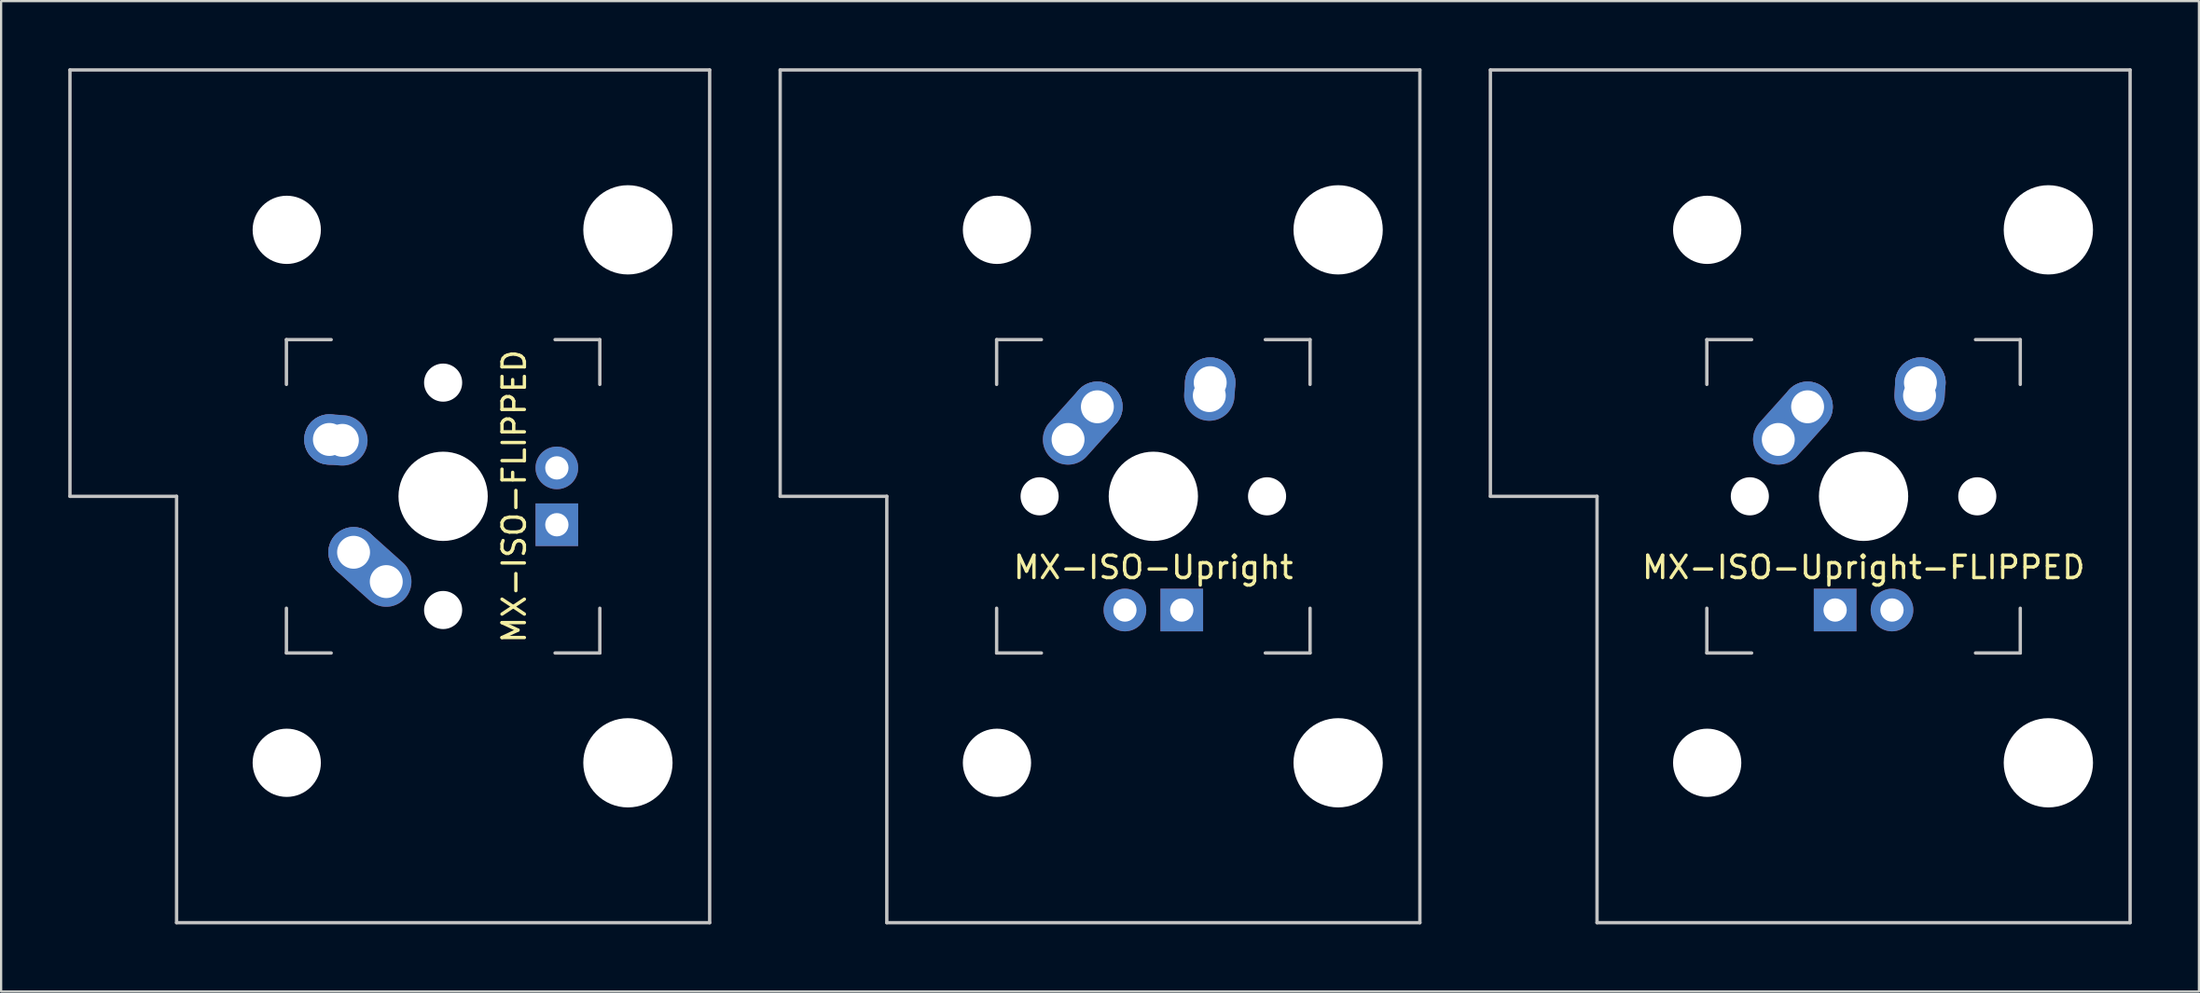
<source format=kicad_pcb>
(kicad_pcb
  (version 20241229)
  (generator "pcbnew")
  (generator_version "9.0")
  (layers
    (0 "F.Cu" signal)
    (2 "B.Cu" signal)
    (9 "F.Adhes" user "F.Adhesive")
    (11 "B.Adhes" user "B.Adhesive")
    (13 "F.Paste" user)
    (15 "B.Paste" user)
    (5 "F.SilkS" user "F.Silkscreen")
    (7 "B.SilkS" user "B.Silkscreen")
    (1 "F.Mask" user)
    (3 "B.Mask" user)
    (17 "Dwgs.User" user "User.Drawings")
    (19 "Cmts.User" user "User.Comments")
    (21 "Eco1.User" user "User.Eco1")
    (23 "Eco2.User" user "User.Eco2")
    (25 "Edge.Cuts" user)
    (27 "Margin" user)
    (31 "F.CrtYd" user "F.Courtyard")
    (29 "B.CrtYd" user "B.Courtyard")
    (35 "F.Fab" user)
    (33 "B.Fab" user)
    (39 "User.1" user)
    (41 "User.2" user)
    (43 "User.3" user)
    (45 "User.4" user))
  (footprint "MX-ISO-Upright"
    (layer "F.Cu")
    (at 48.469 19.125)
    (property "Reference" "MX-ISO-Upright" (at 0 3.175 0) (layer "F.SilkS") (effects (font (size 1 1) (thickness 0.15))))
    (attr through_hole)
    (fp_line (start -16.669 -19.05) (end -16.669 0) (stroke (width 0.15) (type solid)) (layer "Dwgs.User"))
    (fp_line (start -16.669 -19.05) (end 11.906 -19.05) (stroke (width 0.15) (type solid)) (layer "Dwgs.User"))
    (fp_line (start -11.906 0) (end -16.669 0) (stroke (width 0.15) (type solid)) (layer "Dwgs.User"))
    (fp_line (start -11.906 19.05) (end -11.906 0) (stroke (width 0.15) (type solid)) (layer "Dwgs.User"))
    (fp_line (start -11.906 19.05) (end 11.906 19.05) (stroke (width 0.15) (type solid)) (layer "Dwgs.User"))
    (fp_line (start -7 -7) (end -7 -5) (stroke (width 0.15) (type solid)) (layer "Dwgs.User"))
    (fp_line (start -7 5) (end -7 7) (stroke (width 0.15) (type solid)) (layer "Dwgs.User"))
    (fp_line (start -7 7) (end -5 7) (stroke (width 0.15) (type solid)) (layer "Dwgs.User"))
    (fp_line (start -5 -7) (end -7 -7) (stroke (width 0.15) (type solid)) (layer "Dwgs.User"))
    (fp_line (start 5 -7) (end 7 -7) (stroke (width 0.15) (type solid)) (layer "Dwgs.User"))
    (fp_line (start 5 7) (end 7 7) (stroke (width 0.15) (type solid)) (layer "Dwgs.User"))
    (fp_line (start 7 -7) (end 7 -5) (stroke (width 0.15) (type solid)) (layer "Dwgs.User"))
    (fp_line (start 7 7) (end 7 5) (stroke (width 0.15) (type solid)) (layer "Dwgs.User"))
    (fp_line (start 11.906 -19.05) (end 11.906 19.05) (stroke (width 0.15) (type solid)) (layer "Dwgs.User"))
    (pad "" np_thru_hole circle (at -6.985 -11.906) (size 3.048 3.048) (drill 3.048) (layers "*.Cu" "*.Mask"))
    (pad "" np_thru_hole circle (at -6.985 11.906) (size 3.048 3.048) (drill 3.048) (layers "*.Cu" "*.Mask"))
    (pad "" np_thru_hole circle (at -5.08 0 48.1) (size 1.702 1.702) (drill 1.702) (layers "*.Cu" "*.Mask"))
    (pad "" np_thru_hole circle (at 0 0) (size 3.988 3.988) (drill 3.988) (layers "*.Cu" "*.Mask"))
    (pad "" np_thru_hole circle (at 5.08 0 48.1) (size 1.702 1.702) (drill 1.702) (layers "*.Cu" "*.Mask"))
    (pad "" np_thru_hole circle (at 8.255 -11.906) (size 3.988 3.988) (drill 3.988) (layers "*.Cu" "*.Mask"))
    (pad "" np_thru_hole circle (at 8.255 11.906) (size 3.988 3.988) (drill 3.988) (layers "*.Cu" "*.Mask"))
    (pad "1" thru_hole oval (at -3.81 -2.54 48.1) (size 4.212 2.25) (drill 1.47 (offset 0.981 0)) (layers "*.Cu" "*.Mask"))
    (pad "1" thru_hole circle (at -2.5 -4) (size 2.25 2.25) (drill 1.47) (layers "*.Cu" "*.Mask"))
    (pad "2" thru_hole oval (at 2.5 -4.5 86.055) (size 2.831 2.25) (drill 1.47 (offset 0.291 0)) (layers "*.Cu" "*.Mask"))
    (pad "2" thru_hole circle (at 2.54 -5.08) (size 2.25 2.25) (drill 1.47) (layers "*.Cu" "*.Mask"))
    (pad "3" thru_hole circle (at -1.27 5.08) (size 1.905 1.905) (drill 1.04) (layers "*.Cu" "*.Mask"))
    (pad "4" thru_hole rect (at 1.27 5.08) (size 1.905 1.905) (drill 1.04) (layers "*.Cu" "*.Mask")))
  (footprint "MX-ISO-FLIPPED"
    (layer "F.Cu")
    (at 16.744 19.125)
    (property "Reference" "MX-ISO-FLIPPED" (at 3.175 0 90) (layer "F.SilkS") (effects (font (size 1 1) (thickness 0.15))))
    (attr through_hole)
    (fp_line (start -16.669 -19.05) (end -16.669 0) (stroke (width 0.15) (type solid)) (layer "Dwgs.User"))
    (fp_line (start -16.669 -19.05) (end 11.906 -19.05) (stroke (width 0.15) (type solid)) (layer "Dwgs.User"))
    (fp_line (start -11.906 0) (end -16.669 0) (stroke (width 0.15) (type solid)) (layer "Dwgs.User"))
    (fp_line (start -11.906 19.05) (end -11.906 0) (stroke (width 0.15) (type solid)) (layer "Dwgs.User"))
    (fp_line (start -11.906 19.05) (end 11.906 19.05) (stroke (width 0.15) (type solid)) (layer "Dwgs.User"))
    (fp_line (start -7 -7) (end -7 -5) (stroke (width 0.15) (type solid)) (layer "Dwgs.User"))
    (fp_line (start -7 5) (end -7 7) (stroke (width 0.15) (type solid)) (layer "Dwgs.User"))
    (fp_line (start -7 7) (end -5 7) (stroke (width 0.15) (type solid)) (layer "Dwgs.User"))
    (fp_line (start -5 -7) (end -7 -7) (stroke (width 0.15) (type solid)) (layer "Dwgs.User"))
    (fp_line (start 5 -7) (end 7 -7) (stroke (width 0.15) (type solid)) (layer "Dwgs.User"))
    (fp_line (start 5 7) (end 7 7) (stroke (width 0.15) (type solid)) (layer "Dwgs.User"))
    (fp_line (start 7 -7) (end 7 -5) (stroke (width 0.15) (type solid)) (layer "Dwgs.User"))
    (fp_line (start 7 7) (end 7 5) (stroke (width 0.15) (type solid)) (layer "Dwgs.User"))
    (fp_line (start 11.906 -19.05) (end 11.906 19.05) (stroke (width 0.15) (type solid)) (layer "Dwgs.User"))
    (pad "" np_thru_hole circle (at -6.985 -11.906) (size 3.048 3.048) (drill 3.048) (layers "*.Cu" "*.Mask"))
    (pad "" np_thru_hole circle (at -6.985 11.906) (size 3.048 3.048) (drill 3.048) (layers "*.Cu" "*.Mask"))
    (pad "" np_thru_hole circle (at 0 -5.08 48.1) (size 1.702 1.702) (drill 1.702) (layers "*.Cu" "*.Mask"))
    (pad "" np_thru_hole circle (at 0 0) (size 3.988 3.988) (drill 3.988) (layers "*.Cu" "*.Mask"))
    (pad "" np_thru_hole circle (at 0 5.08 48.1) (size 1.702 1.702) (drill 1.702) (layers "*.Cu" "*.Mask"))
    (pad "" np_thru_hole circle (at 8.255 -11.906) (size 3.988 3.988) (drill 3.988) (layers "*.Cu" "*.Mask"))
    (pad "" np_thru_hole circle (at 8.255 11.906) (size 3.988 3.988) (drill 3.988) (layers "*.Cu" "*.Mask"))
    (pad "1" thru_hole circle (at -4 2.5) (size 2.25 2.25) (drill 1.47) (layers "*.Cu" "*.Mask"))
    (pad "1" thru_hole oval (at -2.54 3.81 138.1) (size 4.212 2.25) (drill 1.47 (offset 0.981 0)) (layers "*.Cu" "*.Mask"))
    (pad "2" thru_hole circle (at -5.08 -2.54) (size 2.25 2.25) (drill 1.47) (layers "*.Cu" "*.Mask"))
    (pad "2" thru_hole oval (at -4.5 -2.5 176.055) (size 2.831 2.25) (drill 1.47 (offset 0.291 0)) (layers "*.Cu" "*.Mask"))
    (pad "3" thru_hole circle (at 5.08 -1.27) (size 1.905 1.905) (drill 1.04) (layers "*.Cu" "*.Mask"))
    (pad "4" thru_hole rect (at 5.08 1.27) (size 1.905 1.905) (drill 1.04) (layers "*.Cu" "*.Mask")))
  (footprint "MX-ISO-Upright-FLIPPED"
    (layer "F.Cu")
    (at 80.194 19.125)
    (property "Reference" "MX-ISO-Upright-FLIPPED" (at 0 3.175 0) (layer "F.SilkS") (effects (font (size 1 1) (thickness 0.15))))
    (attr through_hole)
    (fp_line (start -16.669 -19.05) (end -16.669 0) (stroke (width 0.15) (type solid)) (layer "Dwgs.User"))
    (fp_line (start -16.669 -19.05) (end 11.906 -19.05) (stroke (width 0.15) (type solid)) (layer "Dwgs.User"))
    (fp_line (start -11.906 0) (end -16.669 0) (stroke (width 0.15) (type solid)) (layer "Dwgs.User"))
    (fp_line (start -11.906 19.05) (end -11.906 0) (stroke (width 0.15) (type solid)) (layer "Dwgs.User"))
    (fp_line (start -11.906 19.05) (end 11.906 19.05) (stroke (width 0.15) (type solid)) (layer "Dwgs.User"))
    (fp_line (start -7 -7) (end -7 -5) (stroke (width 0.15) (type solid)) (layer "Dwgs.User"))
    (fp_line (start -7 5) (end -7 7) (stroke (width 0.15) (type solid)) (layer "Dwgs.User"))
    (fp_line (start -7 7) (end -5 7) (stroke (width 0.15) (type solid)) (layer "Dwgs.User"))
    (fp_line (start -5 -7) (end -7 -7) (stroke (width 0.15) (type solid)) (layer "Dwgs.User"))
    (fp_line (start 5 -7) (end 7 -7) (stroke (width 0.15) (type solid)) (layer "Dwgs.User"))
    (fp_line (start 5 7) (end 7 7) (stroke (width 0.15) (type solid)) (layer "Dwgs.User"))
    (fp_line (start 7 -7) (end 7 -5) (stroke (width 0.15) (type solid)) (layer "Dwgs.User"))
    (fp_line (start 7 7) (end 7 5) (stroke (width 0.15) (type solid)) (layer "Dwgs.User"))
    (fp_line (start 11.906 -19.05) (end 11.906 19.05) (stroke (width 0.15) (type solid)) (layer "Dwgs.User"))
    (pad "" np_thru_hole circle (at -6.985 -11.906) (size 3.048 3.048) (drill 3.048) (layers "*.Cu" "*.Mask"))
    (pad "" np_thru_hole circle (at -6.985 11.906) (size 3.048 3.048) (drill 3.048) (layers "*.Cu" "*.Mask"))
    (pad "" np_thru_hole circle (at -5.08 0 48.1) (size 1.702 1.702) (drill 1.702) (layers "*.Cu" "*.Mask"))
    (pad "" np_thru_hole circle (at 0 0) (size 3.988 3.988) (drill 3.988) (layers "*.Cu" "*.Mask"))
    (pad "" np_thru_hole circle (at 5.08 0 48.1) (size 1.702 1.702) (drill 1.702) (layers "*.Cu" "*.Mask"))
    (pad "" np_thru_hole circle (at 8.255 -11.906) (size 3.988 3.988) (drill 3.988) (layers "*.Cu" "*.Mask"))
    (pad "" np_thru_hole circle (at 8.255 11.906) (size 3.988 3.988) (drill 3.988) (layers "*.Cu" "*.Mask"))
    (pad "1" thru_hole oval (at -3.81 -2.54 48.1) (size 4.212 2.25) (drill 1.47 (offset 0.981 0)) (layers "*.Cu" "*.Mask"))
    (pad "1" thru_hole circle (at -2.5 -4) (size 2.25 2.25) (drill 1.47) (layers "*.Cu" "*.Mask"))
    (pad "2" thru_hole oval (at 2.5 -4.5 86.055) (size 2.831 2.25) (drill 1.47 (offset 0.291 0)) (layers "*.Cu" "*.Mask"))
    (pad "2" thru_hole circle (at 2.54 -5.08) (size 2.25 2.25) (drill 1.47) (layers "*.Cu" "*.Mask"))
    (pad "3" thru_hole circle (at 1.27 5.08) (size 1.905 1.905) (drill 1.04) (layers "*.Cu" "*.Mask"))
    (pad "4" thru_hole rect (at -1.27 5.08) (size 1.905 1.905) (drill 1.04) (layers "*.Cu" "*.Mask")))
  (gr_rect
    (start -3 -3)
    (end 95.175 41.25)
    (stroke (width 0.1) (type default))
    (fill no)
    (layer "Edge.Cuts")))
</source>
